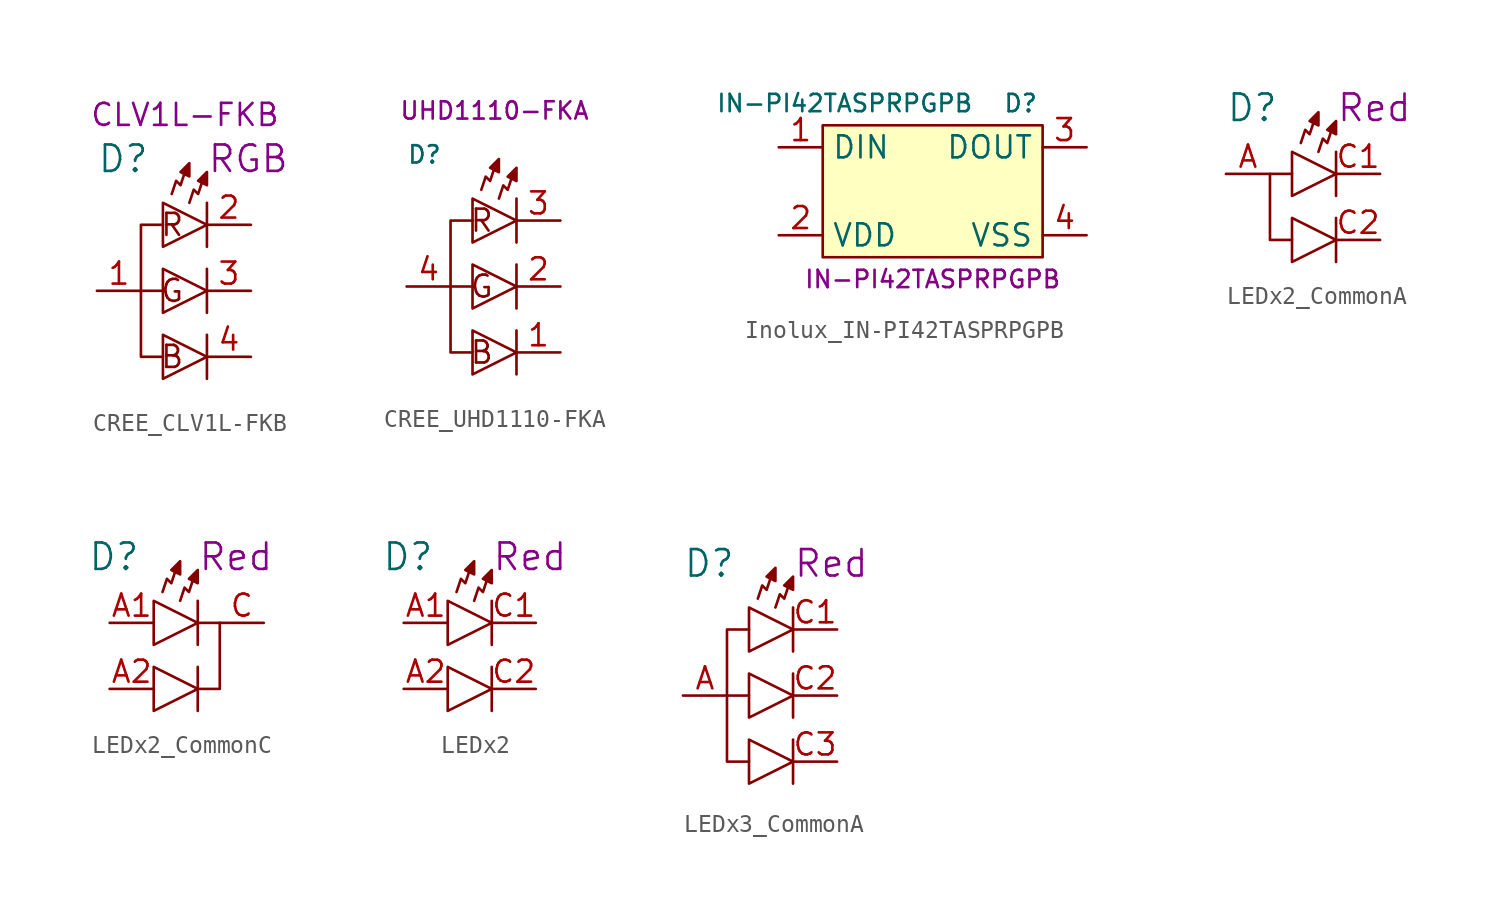
<source format=kicad_sym>
(kicad_symbol_lib
  (version 20220914)
  (generator kicad_symbol_editor)
  (symbol "CREE_CLV1L-FKB"
    (property "Reference" "D"
      (at -5.08 3.81 0)
      (effects (font (size 1.524 1.524)) (justify left)))
    (property "Color" "RGB"
      (at 1.27 3.81 0)
      (effects (font (size 1.524 1.524)) (justify left)))
    (property "MPN" "CLV1L-FKB"
      (at 0 6.35 0)
      (effects (font (size 1.27 1.27))))
    (symbol "CREE_CLV1L-FKB_0_0"
      (text "B" (at 0 -7.62 0) (effects (font (size 1.27 1.27)) (justify right)))
      (text "G" (at 0 -3.81 0) (effects (font (size 1.27 1.27)) (justify right)))
      (text "R" (at 0 0 0) (effects (font (size 1.27 1.27)) (justify right))))
    (symbol "CREE_CLV1L-FKB_0_1"
      (polyline (pts (xy -1.27 -3.81) (xy -2.54 -3.81)) (stroke (width 0) (type default)) (fill (type none)))
      (polyline (pts (xy 1.27 -6.35) (xy 1.27 -8.89)) (stroke (width 0) (type default)) (fill (type none)))
      (polyline (pts (xy 1.27 -2.54) (xy 1.27 -5.08)) (stroke (width 0) (type default)) (fill (type none)))
      (polyline (pts (xy 1.27 1.27) (xy 1.27 -1.27)) (stroke (width 0) (type default)) (fill (type none)))
      (polyline (pts (xy -1.27 -6.35) (xy -1.27 -8.89) (xy 1.27 -7.62) (xy -1.27 -6.35)) (stroke (width 0) (type default)) (fill (type none)))
      (polyline (pts (xy -1.27 -2.54) (xy -1.27 -5.08) (xy 1.27 -3.81) (xy -1.27 -2.54)) (stroke (width 0) (type default)) (fill (type none)))
      (polyline (pts (xy -1.27 0) (xy -2.54 0) (xy -2.54 -7.62) (xy -1.27 -7.62)) (stroke (width 0) (type default)) (fill (type none)))
      (polyline (pts (xy -1.27 1.27) (xy -1.27 -1.27) (xy 1.27 0) (xy -1.27 1.27)) (stroke (width 0) (type default)) (fill (type none)))
      (polyline (pts (xy -0.762 1.778) (xy -0.508 2.54) (xy -0.254 2.286) (xy 0 3.048)) (stroke (width 0) (type default)) (fill (type none)))
      (polyline (pts (xy -0.254 3.048) (xy 0.254 2.794) (xy 0.254 3.556) (xy -0.254 3.048)) (stroke (width 0) (type default)) (fill (type outline)))
      (polyline (pts (xy 0.254 1.27) (xy 0.508 2.032) (xy 0.762 1.778) (xy 1.016 2.54)) (stroke (width 0) (type default)) (fill (type none)))
      (polyline (pts (xy 0.762 2.54) (xy 1.27 2.286) (xy 1.27 3.048) (xy 0.762 2.54)) (stroke (width 0) (type default)) (fill (type outline))))
    (symbol "CREE_CLV1L-FKB_1_1"
      (pin passive line (at -5.08 -3.81 0) (length 2.54) (name "~" (effects (font (size 1.27 1.27)))) (number "1" (effects (font (size 1.27 1.27)))))
      (pin passive line (at 3.81 0 180) (length 2.54) (name "~" (effects (font (size 1.27 1.27)))) (number "2" (effects (font (size 1.27 1.27)))))
      (pin passive line (at 3.81 -3.81 180) (length 2.54) (name "~" (effects (font (size 1.27 1.27)))) (number "3" (effects (font (size 1.27 1.27)))))
      (pin passive line (at 3.81 -7.62 180) (length 2.54) (name "~" (effects (font (size 1.27 1.27)))) (number "4" (effects (font (size 1.27 1.27)))))))
  (symbol "CREE_UHD1110-FKA"
    (property "Reference" "D"
      (at -5.08 7.62 0)
      (effects (font (size 1 1)) (justify left)))
    (property "MPN" "UHD1110-FKA"
      (at 0 10.16 0)
      (effects (font (size 1 1))))
    (symbol "CREE_UHD1110-FKA_0_0"
      (text "B" (at 0 -3.81 0) (effects (font (size 1.27 1.27)) (justify right)))
      (text "G" (at 0 0 0) (effects (font (size 1.27 1.27)) (justify right)))
      (text "R" (at 0 3.81 0) (effects (font (size 1.27 1.27)) (justify right))))
    (symbol "CREE_UHD1110-FKA_0_1"
      (polyline (pts (xy -1.27 0) (xy -2.54 0)) (stroke (width 0) (type default)) (fill (type none)))
      (polyline (pts (xy 1.27 -2.54) (xy 1.27 -5.08)) (stroke (width 0) (type default)) (fill (type none)))
      (polyline (pts (xy 1.27 1.27) (xy 1.27 -1.27)) (stroke (width 0) (type default)) (fill (type none)))
      (polyline (pts (xy 1.27 5.08) (xy 1.27 2.54)) (stroke (width 0) (type default)) (fill (type none)))
      (polyline (pts (xy -1.27 -2.54) (xy -1.27 -5.08) (xy 1.27 -3.81) (xy -1.27 -2.54)) (stroke (width 0) (type default)) (fill (type none)))
      (polyline (pts (xy -1.27 1.27) (xy -1.27 -1.27) (xy 1.27 0) (xy -1.27 1.27)) (stroke (width 0) (type default)) (fill (type none)))
      (polyline (pts (xy -1.27 3.81) (xy -2.54 3.81) (xy -2.54 -3.81) (xy -1.27 -3.81)) (stroke (width 0) (type default)) (fill (type none)))
      (polyline (pts (xy -1.27 5.08) (xy -1.27 2.54) (xy 1.27 3.81) (xy -1.27 5.08)) (stroke (width 0) (type default)) (fill (type none)))
      (polyline (pts (xy -0.762 5.588) (xy -0.508 6.35) (xy -0.254 6.096) (xy 0 6.858)) (stroke (width 0) (type default)) (fill (type none)))
      (polyline (pts (xy -0.254 6.858) (xy 0.254 6.604) (xy 0.254 7.366) (xy -0.254 6.858)) (stroke (width 0) (type default)) (fill (type outline)))
      (polyline (pts (xy 0.254 5.08) (xy 0.508 5.842) (xy 0.762 5.588) (xy 1.016 6.35)) (stroke (width 0) (type default)) (fill (type none)))
      (polyline (pts (xy 0.762 6.35) (xy 1.27 6.096) (xy 1.27 6.858) (xy 0.762 6.35)) (stroke (width 0) (type default)) (fill (type outline))))
    (symbol "CREE_UHD1110-FKA_1_1"
      (pin passive line (at 3.81 -3.81 180) (length 2.54) (name "~" (effects (font (size 1.27 1.27)))) (number "1" (effects (font (size 1.27 1.27)))))
      (pin passive line (at 3.81 0 180) (length 2.54) (name "~" (effects (font (size 1.27 1.27)))) (number "2" (effects (font (size 1.27 1.27)))))
      (pin passive line (at 3.81 3.81 180) (length 2.54) (name "~" (effects (font (size 1.27 1.27)))) (number "3" (effects (font (size 1.27 1.27)))))
      (pin passive line (at -5.08 0 0) (length 2.54) (name "~" (effects (font (size 1.27 1.27)))) (number "4" (effects (font (size 1.27 1.27)))))))
  (symbol "Inolux_IN-PI42TASPRPGPB"
    (property "Reference" "D"
      (at 5.08 5.08 0)
      (effects (font (size 1 1))))
    (property "Value" "IN-PI42TASPRPGPB"
      (at -5.08 5.08 0)
      (effects (font (size 1 1))))
    (property "MPN" "IN-PI42TASPRPGPB"
      (at 0 -5.08 0)
      (effects (font (size 1 1))))
    (symbol "Inolux_IN-PI42TASPRPGPB_0_1"
      (rectangle (start -6.35 3.81) (end 6.35 -3.81) (stroke (width 0) (type default)) (fill (type background))))
    (symbol "Inolux_IN-PI42TASPRPGPB_1_1"
      (pin input line (at -8.89 2.54 0) (length 2.54) (name "DIN" (effects (font (size 1.27 1.27)))) (number "1" (effects (font (size 1.27 1.27)))))
      (pin power_in line (at -8.89 -2.54 0) (length 2.54) (name "VDD" (effects (font (size 1.27 1.27)))) (number "2" (effects (font (size 1.27 1.27)))))
      (pin output line (at 8.89 2.54 180) (length 2.54) (name "DOUT" (effects (font (size 1.27 1.27)))) (number "3" (effects (font (size 1.27 1.27)))))
      (pin power_in line (at 8.89 -2.54 180) (length 2.54) (name "VSS" (effects (font (size 1.27 1.27)))) (number "4" (effects (font (size 1.27 1.27)))))))
  (symbol "LEDx2_CommonA"
    (property "Reference" "D"
      (at -5.08 3.81 0)
      (effects (font (size 1.524 1.524)) (justify left)))
    (property "Color" "Red"
      (at 1.27 3.81 0)
      (effects (font (size 1.524 1.524)) (justify left)))
    (symbol "LEDx2_CommonA_0_1"
      (polyline (pts (xy 1.27 -2.54) (xy 1.27 -5.08)) (stroke (width 0) (type default)) (fill (type none)))
      (polyline (pts (xy 1.27 1.27) (xy 1.27 -1.27)) (stroke (width 0) (type default)) (fill (type none)))
      (polyline (pts (xy -1.27 -2.54) (xy -1.27 -5.08) (xy 1.27 -3.81) (xy -1.27 -2.54)) (stroke (width 0) (type default)) (fill (type none)))
      (polyline (pts (xy -1.27 0) (xy -2.54 0) (xy -2.54 -3.81) (xy -1.27 -3.81)) (stroke (width 0) (type default)) (fill (type none)))
      (polyline (pts (xy -1.27 1.27) (xy -1.27 -1.27) (xy 1.27 0) (xy -1.27 1.27)) (stroke (width 0) (type default)) (fill (type none)))
      (polyline (pts (xy -0.762 1.778) (xy -0.508 2.54) (xy -0.254 2.286) (xy 0 3.048)) (stroke (width 0) (type default)) (fill (type none)))
      (polyline (pts (xy -0.254 3.048) (xy 0.254 2.794) (xy 0.254 3.556) (xy -0.254 3.048)) (stroke (width 0) (type default)) (fill (type outline)))
      (polyline (pts (xy 0.254 1.27) (xy 0.508 2.032) (xy 0.762 1.778) (xy 1.016 2.54)) (stroke (width 0) (type default)) (fill (type none)))
      (polyline (pts (xy 0.762 2.54) (xy 1.27 2.286) (xy 1.27 3.048) (xy 0.762 2.54)) (stroke (width 0) (type default)) (fill (type outline))))
    (symbol "LEDx2_CommonA_1_1"
      (pin passive line (at -5.08 0 0) (length 2.54) (name "~" (effects (font (size 1.27 1.27)))) (number "A" (effects (font (size 1.27 1.27)))))
      (pin passive line (at 3.81 0 180) (length 2.54) (name "~" (effects (font (size 1.27 1.27)))) (number "C1" (effects (font (size 1.27 1.27)))))
      (pin passive line (at 3.81 -3.81 180) (length 2.54) (name "~" (effects (font (size 1.27 1.27)))) (number "C2" (effects (font (size 1.27 1.27)))))))
  (symbol "LEDx2_CommonC"
    (property "Reference" "D"
      (at -5.08 3.81 0)
      (effects (font (size 1.524 1.524)) (justify left)))
    (property "Color" "Red"
      (at 1.27 3.81 0)
      (effects (font (size 1.524 1.524)) (justify left)))
    (symbol "LEDx2_CommonC_0_1"
      (polyline (pts (xy 1.27 -2.54) (xy 1.27 -5.08)) (stroke (width 0) (type default)) (fill (type none)))
      (polyline (pts (xy 1.27 1.27) (xy 1.27 -1.27)) (stroke (width 0) (type default)) (fill (type none)))
      (polyline (pts (xy -1.27 -2.54) (xy -1.27 -5.08) (xy 1.27 -3.81) (xy -1.27 -2.54)) (stroke (width 0) (type default)) (fill (type none)))
      (polyline (pts (xy -1.27 1.27) (xy -1.27 -1.27) (xy 1.27 0) (xy -1.27 1.27)) (stroke (width 0) (type default)) (fill (type none)))
      (polyline (pts (xy -0.762 1.778) (xy -0.508 2.54) (xy -0.254 2.286) (xy 0 3.048)) (stroke (width 0) (type default)) (fill (type none)))
      (polyline (pts (xy -0.254 3.048) (xy 0.254 2.794) (xy 0.254 3.556) (xy -0.254 3.048)) (stroke (width 0) (type default)) (fill (type outline)))
      (polyline (pts (xy 0.254 1.27) (xy 0.508 2.032) (xy 0.762 1.778) (xy 1.016 2.54)) (stroke (width 0) (type default)) (fill (type none)))
      (polyline (pts (xy 0.762 2.54) (xy 1.27 2.286) (xy 1.27 3.048) (xy 0.762 2.54)) (stroke (width 0) (type default)) (fill (type outline)))
      (polyline (pts (xy 1.27 0) (xy 2.54 0) (xy 2.54 -3.81) (xy 1.27 -3.81)) (stroke (width 0) (type default)) (fill (type none))))
    (symbol "LEDx2_CommonC_1_1"
      (pin passive line (at -3.81 0 0) (length 2.54) (name "~" (effects (font (size 1.27 1.27)))) (number "A1" (effects (font (size 1.27 1.27)))))
      (pin passive line (at -3.81 -3.81 0) (length 2.54) (name "~" (effects (font (size 1.27 1.27)))) (number "A2" (effects (font (size 1.27 1.27)))))
      (pin passive line (at 5.08 0 180) (length 2.54) (name "~" (effects (font (size 1.27 1.27)))) (number "C" (effects (font (size 1.27 1.27)))))))
  (symbol "LEDx2"
    (property "Reference" "D"
      (at -5.08 3.81 0)
      (effects (font (size 1.524 1.524)) (justify left)))
    (property "Color" "Red"
      (at 1.27 3.81 0)
      (effects (font (size 1.524 1.524)) (justify left)))
    (symbol "LEDx2_0_1"
      (polyline (pts (xy 1.27 -2.54) (xy 1.27 -5.08)) (stroke (width 0) (type default)) (fill (type none)))
      (polyline (pts (xy 1.27 1.27) (xy 1.27 -1.27)) (stroke (width 0) (type default)) (fill (type none)))
      (polyline (pts (xy -1.27 -2.54) (xy -1.27 -5.08) (xy 1.27 -3.81) (xy -1.27 -2.54)) (stroke (width 0) (type default)) (fill (type none)))
      (polyline (pts (xy -1.27 1.27) (xy -1.27 -1.27) (xy 1.27 0) (xy -1.27 1.27)) (stroke (width 0) (type default)) (fill (type none)))
      (polyline (pts (xy -0.762 1.778) (xy -0.508 2.54) (xy -0.254 2.286) (xy 0 3.048)) (stroke (width 0) (type default)) (fill (type none)))
      (polyline (pts (xy -0.254 3.048) (xy 0.254 2.794) (xy 0.254 3.556) (xy -0.254 3.048)) (stroke (width 0) (type default)) (fill (type outline)))
      (polyline (pts (xy 0.254 1.27) (xy 0.508 2.032) (xy 0.762 1.778) (xy 1.016 2.54)) (stroke (width 0) (type default)) (fill (type none)))
      (polyline (pts (xy 0.762 2.54) (xy 1.27 2.286) (xy 1.27 3.048) (xy 0.762 2.54)) (stroke (width 0) (type default)) (fill (type outline))))
    (symbol "LEDx2_1_1"
      (pin passive line (at -3.81 0 0) (length 2.54) (name "~" (effects (font (size 1.27 1.27)))) (number "A1" (effects (font (size 1.27 1.27)))))
      (pin passive line (at -3.81 -3.81 0) (length 2.54) (name "~" (effects (font (size 1.27 1.27)))) (number "A2" (effects (font (size 1.27 1.27)))))
      (pin passive line (at 3.81 0 180) (length 2.54) (name "~" (effects (font (size 1.27 1.27)))) (number "C1" (effects (font (size 1.27 1.27)))))
      (pin passive line (at 3.81 -3.81 180) (length 2.54) (name "~" (effects (font (size 1.27 1.27)))) (number "C2" (effects (font (size 1.27 1.27)))))))
  (symbol "LEDx3_CommonA"
    (property "Reference" "D"
      (at -5.08 3.81 0)
      (effects (font (size 1.524 1.524)) (justify left)))
    (property "Color" "Red"
      (at 1.27 3.81 0)
      (effects (font (size 1.524 1.524)) (justify left)))
    (symbol "LEDx3_CommonA_0_1"
      (polyline (pts (xy -1.27 -3.81) (xy -2.54 -3.81)) (stroke (width 0) (type default)) (fill (type none)))
      (polyline (pts (xy 1.27 -6.35) (xy 1.27 -8.89)) (stroke (width 0) (type default)) (fill (type none)))
      (polyline (pts (xy 1.27 -2.54) (xy 1.27 -5.08)) (stroke (width 0) (type default)) (fill (type none)))
      (polyline (pts (xy 1.27 1.27) (xy 1.27 -1.27)) (stroke (width 0) (type default)) (fill (type none)))
      (polyline (pts (xy -1.27 -6.35) (xy -1.27 -8.89) (xy 1.27 -7.62) (xy -1.27 -6.35)) (stroke (width 0) (type default)) (fill (type none)))
      (polyline (pts (xy -1.27 -2.54) (xy -1.27 -5.08) (xy 1.27 -3.81) (xy -1.27 -2.54)) (stroke (width 0) (type default)) (fill (type none)))
      (polyline (pts (xy -1.27 0) (xy -2.54 0) (xy -2.54 -7.62) (xy -1.27 -7.62)) (stroke (width 0) (type default)) (fill (type none)))
      (polyline (pts (xy -1.27 1.27) (xy -1.27 -1.27) (xy 1.27 0) (xy -1.27 1.27)) (stroke (width 0) (type default)) (fill (type none)))
      (polyline (pts (xy -0.762 1.778) (xy -0.508 2.54) (xy -0.254 2.286) (xy 0 3.048)) (stroke (width 0) (type default)) (fill (type none)))
      (polyline (pts (xy -0.254 3.048) (xy 0.254 2.794) (xy 0.254 3.556) (xy -0.254 3.048)) (stroke (width 0) (type default)) (fill (type outline)))
      (polyline (pts (xy 0.254 1.27) (xy 0.508 2.032) (xy 0.762 1.778) (xy 1.016 2.54)) (stroke (width 0) (type default)) (fill (type none)))
      (polyline (pts (xy 0.762 2.54) (xy 1.27 2.286) (xy 1.27 3.048) (xy 0.762 2.54)) (stroke (width 0) (type default)) (fill (type outline))))
    (symbol "LEDx3_CommonA_1_1"
      (pin passive line (at -5.08 -3.81 0) (length 2.54) (name "~" (effects (font (size 1.27 1.27)))) (number "A" (effects (font (size 1.27 1.27)))))
      (pin passive line (at 3.81 0 180) (length 2.54) (name "~" (effects (font (size 1.27 1.27)))) (number "C1" (effects (font (size 1.27 1.27)))))
      (pin passive line (at 3.81 -3.81 180) (length 2.54) (name "~" (effects (font (size 1.27 1.27)))) (number "C2" (effects (font (size 1.27 1.27)))))
      (pin passive line (at 3.81 -7.62 180) (length 2.54) (name "~" (effects (font (size 1.27 1.27)))) (number "C3" (effects (font (size 1.27 1.27))))))))
</source>
